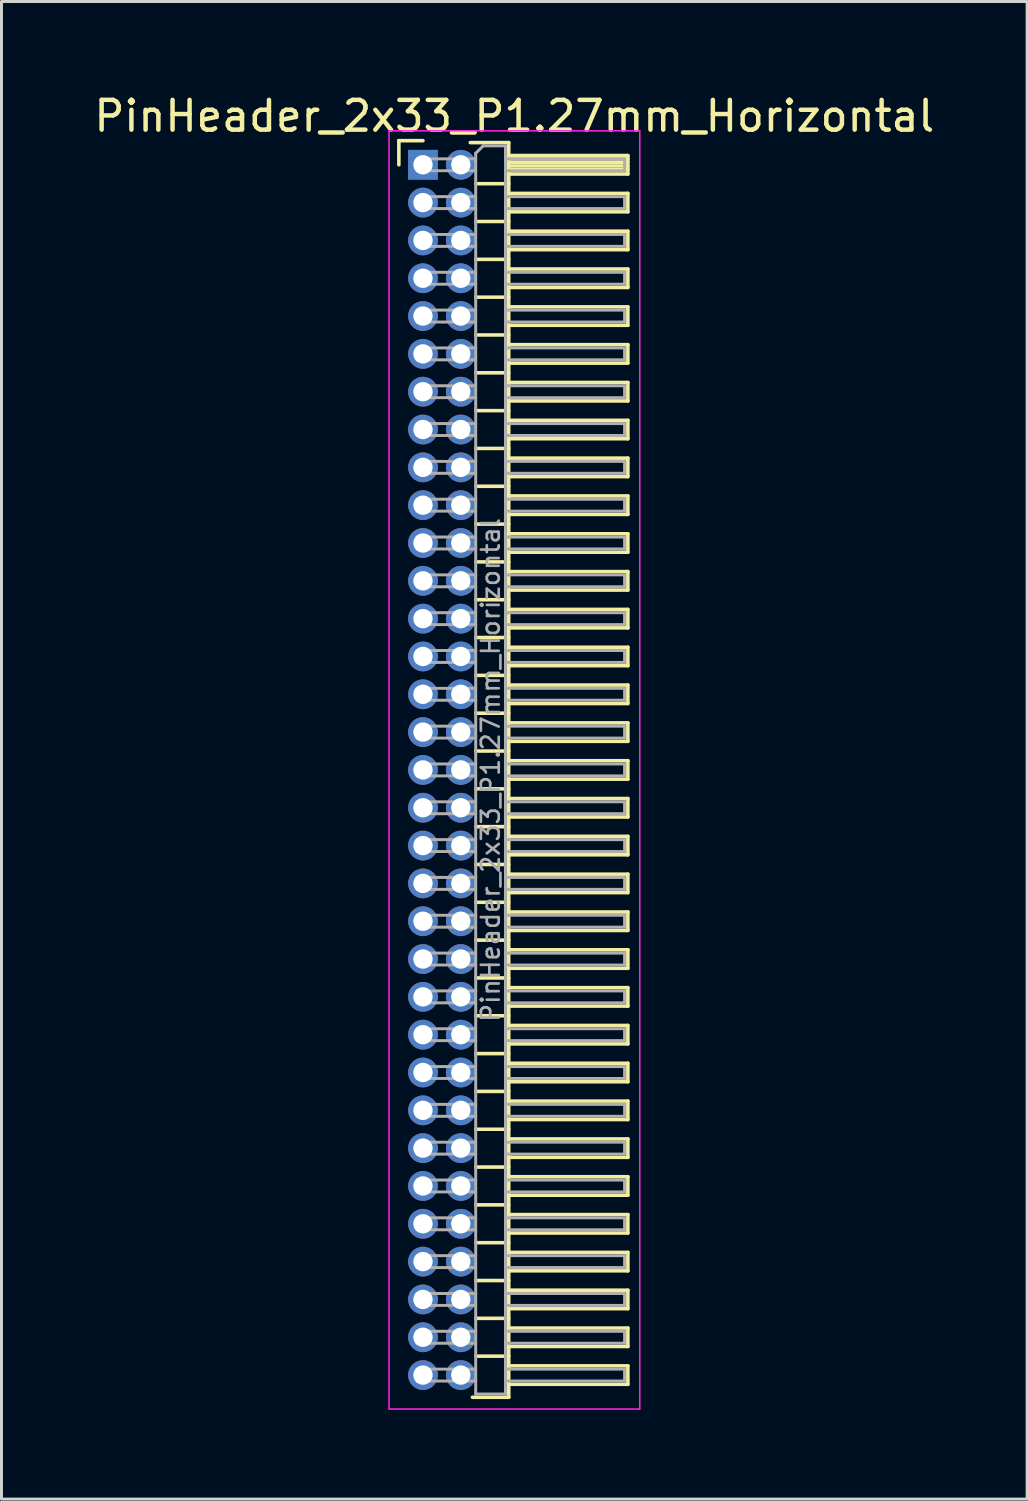
<source format=kicad_pcb>
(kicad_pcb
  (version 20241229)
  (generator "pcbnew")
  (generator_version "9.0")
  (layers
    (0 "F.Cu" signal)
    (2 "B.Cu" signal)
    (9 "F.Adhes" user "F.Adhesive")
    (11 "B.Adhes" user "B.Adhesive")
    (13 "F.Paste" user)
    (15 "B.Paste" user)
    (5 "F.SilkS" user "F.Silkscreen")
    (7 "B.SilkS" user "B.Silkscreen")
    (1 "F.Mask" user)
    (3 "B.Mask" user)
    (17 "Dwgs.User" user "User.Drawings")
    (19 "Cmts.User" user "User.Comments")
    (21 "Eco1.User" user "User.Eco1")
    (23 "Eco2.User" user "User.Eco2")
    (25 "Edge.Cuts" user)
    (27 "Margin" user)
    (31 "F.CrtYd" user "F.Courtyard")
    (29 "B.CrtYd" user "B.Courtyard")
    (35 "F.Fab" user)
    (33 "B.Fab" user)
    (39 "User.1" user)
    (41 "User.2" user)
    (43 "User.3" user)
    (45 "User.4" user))
  (footprint "PinHeader_2x33_P1.27mm_Horizontal"
    (layer "F.Cu")
    (at 11.153 2.483)
    (property "Reference" "PinHeader_2x33_P1.27mm_Horizontal" (at 3.067 -1.635 0) (layer "F.SilkS") (effects (font (size 1 1) (thickness 0.15))))
    (attr through_hole)
    (fp_line (start -0.81 -0.81) (end 0 -0.81) (stroke (width 0.12) (type solid)) (layer "F.SilkS"))
    (fp_line (start -0.81 0) (end -0.81 -0.81) (stroke (width 0.12) (type solid)) (layer "F.SilkS"))
    (fp_line (start 1.588 -0.745) (end 2.88 -0.745) (stroke (width 0.12) (type solid)) (layer "F.SilkS"))
    (fp_line (start 1.773 0.635) (end 2.88 0.635) (stroke (width 0.12) (type solid)) (layer "F.SilkS"))
    (fp_line (start 1.773 1.905) (end 2.88 1.905) (stroke (width 0.12) (type solid)) (layer "F.SilkS"))
    (fp_line (start 1.773 3.175) (end 2.88 3.175) (stroke (width 0.12) (type solid)) (layer "F.SilkS"))
    (fp_line (start 1.773 4.445) (end 2.88 4.445) (stroke (width 0.12) (type solid)) (layer "F.SilkS"))
    (fp_line (start 1.773 5.715) (end 2.88 5.715) (stroke (width 0.12) (type solid)) (layer "F.SilkS"))
    (fp_line (start 1.773 6.985) (end 2.88 6.985) (stroke (width 0.12) (type solid)) (layer "F.SilkS"))
    (fp_line (start 1.773 8.255) (end 2.88 8.255) (stroke (width 0.12) (type solid)) (layer "F.SilkS"))
    (fp_line (start 1.773 9.525) (end 2.88 9.525) (stroke (width 0.12) (type solid)) (layer "F.SilkS"))
    (fp_line (start 1.773 10.795) (end 2.88 10.795) (stroke (width 0.12) (type solid)) (layer "F.SilkS"))
    (fp_line (start 1.773 12.065) (end 2.88 12.065) (stroke (width 0.12) (type solid)) (layer "F.SilkS"))
    (fp_line (start 1.773 13.335) (end 2.88 13.335) (stroke (width 0.12) (type solid)) (layer "F.SilkS"))
    (fp_line (start 1.773 14.605) (end 2.88 14.605) (stroke (width 0.12) (type solid)) (layer "F.SilkS"))
    (fp_line (start 1.773 15.875) (end 2.88 15.875) (stroke (width 0.12) (type solid)) (layer "F.SilkS"))
    (fp_line (start 1.773 17.145) (end 2.88 17.145) (stroke (width 0.12) (type solid)) (layer "F.SilkS"))
    (fp_line (start 1.773 18.415) (end 2.88 18.415) (stroke (width 0.12) (type solid)) (layer "F.SilkS"))
    (fp_line (start 1.773 19.685) (end 2.88 19.685) (stroke (width 0.12) (type solid)) (layer "F.SilkS"))
    (fp_line (start 1.773 20.955) (end 2.88 20.955) (stroke (width 0.12) (type solid)) (layer "F.SilkS"))
    (fp_line (start 1.773 22.225) (end 2.88 22.225) (stroke (width 0.12) (type solid)) (layer "F.SilkS"))
    (fp_line (start 1.773 23.495) (end 2.88 23.495) (stroke (width 0.12) (type solid)) (layer "F.SilkS"))
    (fp_line (start 1.773 24.765) (end 2.88 24.765) (stroke (width 0.12) (type solid)) (layer "F.SilkS"))
    (fp_line (start 1.773 26.035) (end 2.88 26.035) (stroke (width 0.12) (type solid)) (layer "F.SilkS"))
    (fp_line (start 1.773 27.305) (end 2.88 27.305) (stroke (width 0.12) (type solid)) (layer "F.SilkS"))
    (fp_line (start 1.773 28.575) (end 2.88 28.575) (stroke (width 0.12) (type solid)) (layer "F.SilkS"))
    (fp_line (start 1.773 29.845) (end 2.88 29.845) (stroke (width 0.12) (type solid)) (layer "F.SilkS"))
    (fp_line (start 1.773 31.115) (end 2.88 31.115) (stroke (width 0.12) (type solid)) (layer "F.SilkS"))
    (fp_line (start 1.773 32.385) (end 2.88 32.385) (stroke (width 0.12) (type solid)) (layer "F.SilkS"))
    (fp_line (start 1.773 33.655) (end 2.88 33.655) (stroke (width 0.12) (type solid)) (layer "F.SilkS"))
    (fp_line (start 1.773 34.925) (end 2.88 34.925) (stroke (width 0.12) (type solid)) (layer "F.SilkS"))
    (fp_line (start 1.773 36.195) (end 2.88 36.195) (stroke (width 0.12) (type solid)) (layer "F.SilkS"))
    (fp_line (start 1.773 37.465) (end 2.88 37.465) (stroke (width 0.12) (type solid)) (layer "F.SilkS"))
    (fp_line (start 1.773 38.735) (end 2.88 38.735) (stroke (width 0.12) (type solid)) (layer "F.SilkS"))
    (fp_line (start 1.773 40.005) (end 2.88 40.005) (stroke (width 0.12) (type solid)) (layer "F.SilkS"))
    (fp_line (start 2.88 -0.745) (end 2.88 41.385) (stroke (width 0.12) (type solid)) (layer "F.SilkS"))
    (fp_line (start 2.88 -0.31) (end 6.88 -0.31) (stroke (width 0.12) (type solid)) (layer "F.SilkS"))
    (fp_line (start 2.88 -0.2) (end 6.88 -0.2) (stroke (width 0.12) (type solid)) (layer "F.SilkS"))
    (fp_line (start 2.88 -0.08) (end 6.88 -0.08) (stroke (width 0.12) (type solid)) (layer "F.SilkS"))
    (fp_line (start 2.88 0.04) (end 6.88 0.04) (stroke (width 0.12) (type solid)) (layer "F.SilkS"))
    (fp_line (start 2.88 0.16) (end 6.88 0.16) (stroke (width 0.12) (type solid)) (layer "F.SilkS"))
    (fp_line (start 2.88 0.96) (end 6.88 0.96) (stroke (width 0.12) (type solid)) (layer "F.SilkS"))
    (fp_line (start 2.88 2.23) (end 6.88 2.23) (stroke (width 0.12) (type solid)) (layer "F.SilkS"))
    (fp_line (start 2.88 3.5) (end 6.88 3.5) (stroke (width 0.12) (type solid)) (layer "F.SilkS"))
    (fp_line (start 2.88 4.77) (end 6.88 4.77) (stroke (width 0.12) (type solid)) (layer "F.SilkS"))
    (fp_line (start 2.88 6.04) (end 6.88 6.04) (stroke (width 0.12) (type solid)) (layer "F.SilkS"))
    (fp_line (start 2.88 7.31) (end 6.88 7.31) (stroke (width 0.12) (type solid)) (layer "F.SilkS"))
    (fp_line (start 2.88 8.58) (end 6.88 8.58) (stroke (width 0.12) (type solid)) (layer "F.SilkS"))
    (fp_line (start 2.88 9.85) (end 6.88 9.85) (stroke (width 0.12) (type solid)) (layer "F.SilkS"))
    (fp_line (start 2.88 11.12) (end 6.88 11.12) (stroke (width 0.12) (type solid)) (layer "F.SilkS"))
    (fp_line (start 2.88 12.39) (end 6.88 12.39) (stroke (width 0.12) (type solid)) (layer "F.SilkS"))
    (fp_line (start 2.88 13.66) (end 6.88 13.66) (stroke (width 0.12) (type solid)) (layer "F.SilkS"))
    (fp_line (start 2.88 14.93) (end 6.88 14.93) (stroke (width 0.12) (type solid)) (layer "F.SilkS"))
    (fp_line (start 2.88 16.2) (end 6.88 16.2) (stroke (width 0.12) (type solid)) (layer "F.SilkS"))
    (fp_line (start 2.88 17.47) (end 6.88 17.47) (stroke (width 0.12) (type solid)) (layer "F.SilkS"))
    (fp_line (start 2.88 18.74) (end 6.88 18.74) (stroke (width 0.12) (type solid)) (layer "F.SilkS"))
    (fp_line (start 2.88 20.01) (end 6.88 20.01) (stroke (width 0.12) (type solid)) (layer "F.SilkS"))
    (fp_line (start 2.88 21.28) (end 6.88 21.28) (stroke (width 0.12) (type solid)) (layer "F.SilkS"))
    (fp_line (start 2.88 22.55) (end 6.88 22.55) (stroke (width 0.12) (type solid)) (layer "F.SilkS"))
    (fp_line (start 2.88 23.82) (end 6.88 23.82) (stroke (width 0.12) (type solid)) (layer "F.SilkS"))
    (fp_line (start 2.88 25.09) (end 6.88 25.09) (stroke (width 0.12) (type solid)) (layer "F.SilkS"))
    (fp_line (start 2.88 26.36) (end 6.88 26.36) (stroke (width 0.12) (type solid)) (layer "F.SilkS"))
    (fp_line (start 2.88 27.63) (end 6.88 27.63) (stroke (width 0.12) (type solid)) (layer "F.SilkS"))
    (fp_line (start 2.88 28.9) (end 6.88 28.9) (stroke (width 0.12) (type solid)) (layer "F.SilkS"))
    (fp_line (start 2.88 30.17) (end 6.88 30.17) (stroke (width 0.12) (type solid)) (layer "F.SilkS"))
    (fp_line (start 2.88 31.44) (end 6.88 31.44) (stroke (width 0.12) (type solid)) (layer "F.SilkS"))
    (fp_line (start 2.88 32.71) (end 6.88 32.71) (stroke (width 0.12) (type solid)) (layer "F.SilkS"))
    (fp_line (start 2.88 33.98) (end 6.88 33.98) (stroke (width 0.12) (type solid)) (layer "F.SilkS"))
    (fp_line (start 2.88 35.25) (end 6.88 35.25) (stroke (width 0.12) (type solid)) (layer "F.SilkS"))
    (fp_line (start 2.88 36.52) (end 6.88 36.52) (stroke (width 0.12) (type solid)) (layer "F.SilkS"))
    (fp_line (start 2.88 37.79) (end 6.88 37.79) (stroke (width 0.12) (type solid)) (layer "F.SilkS"))
    (fp_line (start 2.88 39.06) (end 6.88 39.06) (stroke (width 0.12) (type solid)) (layer "F.SilkS"))
    (fp_line (start 2.88 40.33) (end 6.88 40.33) (stroke (width 0.12) (type solid)) (layer "F.SilkS"))
    (fp_line (start 2.88 41.385) (end 1.66 41.385) (stroke (width 0.12) (type solid)) (layer "F.SilkS"))
    (fp_line (start 6.88 -0.31) (end 6.88 0.31) (stroke (width 0.12) (type solid)) (layer "F.SilkS"))
    (fp_line (start 6.88 0.31) (end 2.88 0.31) (stroke (width 0.12) (type solid)) (layer "F.SilkS"))
    (fp_line (start 6.88 0.96) (end 6.88 1.58) (stroke (width 0.12) (type solid)) (layer "F.SilkS"))
    (fp_line (start 6.88 1.58) (end 2.88 1.58) (stroke (width 0.12) (type solid)) (layer "F.SilkS"))
    (fp_line (start 6.88 2.23) (end 6.88 2.85) (stroke (width 0.12) (type solid)) (layer "F.SilkS"))
    (fp_line (start 6.88 2.85) (end 2.88 2.85) (stroke (width 0.12) (type solid)) (layer "F.SilkS"))
    (fp_line (start 6.88 3.5) (end 6.88 4.12) (stroke (width 0.12) (type solid)) (layer "F.SilkS"))
    (fp_line (start 6.88 4.12) (end 2.88 4.12) (stroke (width 0.12) (type solid)) (layer "F.SilkS"))
    (fp_line (start 6.88 4.77) (end 6.88 5.39) (stroke (width 0.12) (type solid)) (layer "F.SilkS"))
    (fp_line (start 6.88 5.39) (end 2.88 5.39) (stroke (width 0.12) (type solid)) (layer "F.SilkS"))
    (fp_line (start 6.88 6.04) (end 6.88 6.66) (stroke (width 0.12) (type solid)) (layer "F.SilkS"))
    (fp_line (start 6.88 6.66) (end 2.88 6.66) (stroke (width 0.12) (type solid)) (layer "F.SilkS"))
    (fp_line (start 6.88 7.31) (end 6.88 7.93) (stroke (width 0.12) (type solid)) (layer "F.SilkS"))
    (fp_line (start 6.88 7.93) (end 2.88 7.93) (stroke (width 0.12) (type solid)) (layer "F.SilkS"))
    (fp_line (start 6.88 8.58) (end 6.88 9.2) (stroke (width 0.12) (type solid)) (layer "F.SilkS"))
    (fp_line (start 6.88 9.2) (end 2.88 9.2) (stroke (width 0.12) (type solid)) (layer "F.SilkS"))
    (fp_line (start 6.88 9.85) (end 6.88 10.47) (stroke (width 0.12) (type solid)) (layer "F.SilkS"))
    (fp_line (start 6.88 10.47) (end 2.88 10.47) (stroke (width 0.12) (type solid)) (layer "F.SilkS"))
    (fp_line (start 6.88 11.12) (end 6.88 11.74) (stroke (width 0.12) (type solid)) (layer "F.SilkS"))
    (fp_line (start 6.88 11.74) (end 2.88 11.74) (stroke (width 0.12) (type solid)) (layer "F.SilkS"))
    (fp_line (start 6.88 12.39) (end 6.88 13.01) (stroke (width 0.12) (type solid)) (layer "F.SilkS"))
    (fp_line (start 6.88 13.01) (end 2.88 13.01) (stroke (width 0.12) (type solid)) (layer "F.SilkS"))
    (fp_line (start 6.88 13.66) (end 6.88 14.28) (stroke (width 0.12) (type solid)) (layer "F.SilkS"))
    (fp_line (start 6.88 14.28) (end 2.88 14.28) (stroke (width 0.12) (type solid)) (layer "F.SilkS"))
    (fp_line (start 6.88 14.93) (end 6.88 15.55) (stroke (width 0.12) (type solid)) (layer "F.SilkS"))
    (fp_line (start 6.88 15.55) (end 2.88 15.55) (stroke (width 0.12) (type solid)) (layer "F.SilkS"))
    (fp_line (start 6.88 16.2) (end 6.88 16.82) (stroke (width 0.12) (type solid)) (layer "F.SilkS"))
    (fp_line (start 6.88 16.82) (end 2.88 16.82) (stroke (width 0.12) (type solid)) (layer "F.SilkS"))
    (fp_line (start 6.88 17.47) (end 6.88 18.09) (stroke (width 0.12) (type solid)) (layer "F.SilkS"))
    (fp_line (start 6.88 18.09) (end 2.88 18.09) (stroke (width 0.12) (type solid)) (layer "F.SilkS"))
    (fp_line (start 6.88 18.74) (end 6.88 19.36) (stroke (width 0.12) (type solid)) (layer "F.SilkS"))
    (fp_line (start 6.88 19.36) (end 2.88 19.36) (stroke (width 0.12) (type solid)) (layer "F.SilkS"))
    (fp_line (start 6.88 20.01) (end 6.88 20.63) (stroke (width 0.12) (type solid)) (layer "F.SilkS"))
    (fp_line (start 6.88 20.63) (end 2.88 20.63) (stroke (width 0.12) (type solid)) (layer "F.SilkS"))
    (fp_line (start 6.88 21.28) (end 6.88 21.9) (stroke (width 0.12) (type solid)) (layer "F.SilkS"))
    (fp_line (start 6.88 21.9) (end 2.88 21.9) (stroke (width 0.12) (type solid)) (layer "F.SilkS"))
    (fp_line (start 6.88 22.55) (end 6.88 23.17) (stroke (width 0.12) (type solid)) (layer "F.SilkS"))
    (fp_line (start 6.88 23.17) (end 2.88 23.17) (stroke (width 0.12) (type solid)) (layer "F.SilkS"))
    (fp_line (start 6.88 23.82) (end 6.88 24.44) (stroke (width 0.12) (type solid)) (layer "F.SilkS"))
    (fp_line (start 6.88 24.44) (end 2.88 24.44) (stroke (width 0.12) (type solid)) (layer "F.SilkS"))
    (fp_line (start 6.88 25.09) (end 6.88 25.71) (stroke (width 0.12) (type solid)) (layer "F.SilkS"))
    (fp_line (start 6.88 25.71) (end 2.88 25.71) (stroke (width 0.12) (type solid)) (layer "F.SilkS"))
    (fp_line (start 6.88 26.36) (end 6.88 26.98) (stroke (width 0.12) (type solid)) (layer "F.SilkS"))
    (fp_line (start 6.88 26.98) (end 2.88 26.98) (stroke (width 0.12) (type solid)) (layer "F.SilkS"))
    (fp_line (start 6.88 27.63) (end 6.88 28.25) (stroke (width 0.12) (type solid)) (layer "F.SilkS"))
    (fp_line (start 6.88 28.25) (end 2.88 28.25) (stroke (width 0.12) (type solid)) (layer "F.SilkS"))
    (fp_line (start 6.88 28.9) (end 6.88 29.52) (stroke (width 0.12) (type solid)) (layer "F.SilkS"))
    (fp_line (start 6.88 29.52) (end 2.88 29.52) (stroke (width 0.12) (type solid)) (layer "F.SilkS"))
    (fp_line (start 6.88 30.17) (end 6.88 30.79) (stroke (width 0.12) (type solid)) (layer "F.SilkS"))
    (fp_line (start 6.88 30.79) (end 2.88 30.79) (stroke (width 0.12) (type solid)) (layer "F.SilkS"))
    (fp_line (start 6.88 31.44) (end 6.88 32.06) (stroke (width 0.12) (type solid)) (layer "F.SilkS"))
    (fp_line (start 6.88 32.06) (end 2.88 32.06) (stroke (width 0.12) (type solid)) (layer "F.SilkS"))
    (fp_line (start 6.88 32.71) (end 6.88 33.33) (stroke (width 0.12) (type solid)) (layer "F.SilkS"))
    (fp_line (start 6.88 33.33) (end 2.88 33.33) (stroke (width 0.12) (type solid)) (layer "F.SilkS"))
    (fp_line (start 6.88 33.98) (end 6.88 34.6) (stroke (width 0.12) (type solid)) (layer "F.SilkS"))
    (fp_line (start 6.88 34.6) (end 2.88 34.6) (stroke (width 0.12) (type solid)) (layer "F.SilkS"))
    (fp_line (start 6.88 35.25) (end 6.88 35.87) (stroke (width 0.12) (type solid)) (layer "F.SilkS"))
    (fp_line (start 6.88 35.87) (end 2.88 35.87) (stroke (width 0.12) (type solid)) (layer "F.SilkS"))
    (fp_line (start 6.88 36.52) (end 6.88 37.14) (stroke (width 0.12) (type solid)) (layer "F.SilkS"))
    (fp_line (start 6.88 37.14) (end 2.88 37.14) (stroke (width 0.12) (type solid)) (layer "F.SilkS"))
    (fp_line (start 6.88 37.79) (end 6.88 38.41) (stroke (width 0.12) (type solid)) (layer "F.SilkS"))
    (fp_line (start 6.88 38.41) (end 2.88 38.41) (stroke (width 0.12) (type solid)) (layer "F.SilkS"))
    (fp_line (start 6.88 39.06) (end 6.88 39.68) (stroke (width 0.12) (type solid)) (layer "F.SilkS"))
    (fp_line (start 6.88 39.68) (end 2.88 39.68) (stroke (width 0.12) (type solid)) (layer "F.SilkS"))
    (fp_line (start 6.88 40.33) (end 6.88 40.95) (stroke (width 0.12) (type solid)) (layer "F.SilkS"))
    (fp_line (start 6.88 40.95) (end 2.88 40.95) (stroke (width 0.12) (type solid)) (layer "F.SilkS"))
    (fp_line (start -1.14 -1.14) (end -1.14 41.78) (stroke (width 0.05) (type solid)) (layer "F.CrtYd"))
    (fp_line (start -1.14 41.78) (end 7.28 41.78) (stroke (width 0.05) (type solid)) (layer "F.CrtYd"))
    (fp_line (start 7.28 -1.14) (end -1.14 -1.14) (stroke (width 0.05) (type solid)) (layer "F.CrtYd"))
    (fp_line (start 7.28 41.78) (end 7.28 -1.14) (stroke (width 0.05) (type solid)) (layer "F.CrtYd"))
    (fp_line (start -0.2 -0.2) (end -0.2 0.2) (stroke (width 0.1) (type solid)) (layer "F.Fab"))
    (fp_line (start -0.2 -0.2) (end 1.77 -0.2) (stroke (width 0.1) (type solid)) (layer "F.Fab"))
    (fp_line (start -0.2 0.2) (end 1.77 0.2) (stroke (width 0.1) (type solid)) (layer "F.Fab"))
    (fp_line (start -0.2 1.07) (end -0.2 1.47) (stroke (width 0.1) (type solid)) (layer "F.Fab"))
    (fp_line (start -0.2 1.07) (end 1.77 1.07) (stroke (width 0.1) (type solid)) (layer "F.Fab"))
    (fp_line (start -0.2 1.47) (end 1.77 1.47) (stroke (width 0.1) (type solid)) (layer "F.Fab"))
    (fp_line (start -0.2 2.34) (end -0.2 2.74) (stroke (width 0.1) (type solid)) (layer "F.Fab"))
    (fp_line (start -0.2 2.34) (end 1.77 2.34) (stroke (width 0.1) (type solid)) (layer "F.Fab"))
    (fp_line (start -0.2 2.74) (end 1.77 2.74) (stroke (width 0.1) (type solid)) (layer "F.Fab"))
    (fp_line (start -0.2 3.61) (end -0.2 4.01) (stroke (width 0.1) (type solid)) (layer "F.Fab"))
    (fp_line (start -0.2 3.61) (end 1.77 3.61) (stroke (width 0.1) (type solid)) (layer "F.Fab"))
    (fp_line (start -0.2 4.01) (end 1.77 4.01) (stroke (width 0.1) (type solid)) (layer "F.Fab"))
    (fp_line (start -0.2 4.88) (end -0.2 5.28) (stroke (width 0.1) (type solid)) (layer "F.Fab"))
    (fp_line (start -0.2 4.88) (end 1.77 4.88) (stroke (width 0.1) (type solid)) (layer "F.Fab"))
    (fp_line (start -0.2 5.28) (end 1.77 5.28) (stroke (width 0.1) (type solid)) (layer "F.Fab"))
    (fp_line (start -0.2 6.15) (end -0.2 6.55) (stroke (width 0.1) (type solid)) (layer "F.Fab"))
    (fp_line (start -0.2 6.15) (end 1.77 6.15) (stroke (width 0.1) (type solid)) (layer "F.Fab"))
    (fp_line (start -0.2 6.55) (end 1.77 6.55) (stroke (width 0.1) (type solid)) (layer "F.Fab"))
    (fp_line (start -0.2 7.42) (end -0.2 7.82) (stroke (width 0.1) (type solid)) (layer "F.Fab"))
    (fp_line (start -0.2 7.42) (end 1.77 7.42) (stroke (width 0.1) (type solid)) (layer "F.Fab"))
    (fp_line (start -0.2 7.82) (end 1.77 7.82) (stroke (width 0.1) (type solid)) (layer "F.Fab"))
    (fp_line (start -0.2 8.69) (end -0.2 9.09) (stroke (width 0.1) (type solid)) (layer "F.Fab"))
    (fp_line (start -0.2 8.69) (end 1.77 8.69) (stroke (width 0.1) (type solid)) (layer "F.Fab"))
    (fp_line (start -0.2 9.09) (end 1.77 9.09) (stroke (width 0.1) (type solid)) (layer "F.Fab"))
    (fp_line (start -0.2 9.96) (end -0.2 10.36) (stroke (width 0.1) (type solid)) (layer "F.Fab"))
    (fp_line (start -0.2 9.96) (end 1.77 9.96) (stroke (width 0.1) (type solid)) (layer "F.Fab"))
    (fp_line (start -0.2 10.36) (end 1.77 10.36) (stroke (width 0.1) (type solid)) (layer "F.Fab"))
    (fp_line (start -0.2 11.23) (end -0.2 11.63) (stroke (width 0.1) (type solid)) (layer "F.Fab"))
    (fp_line (start -0.2 11.23) (end 1.77 11.23) (stroke (width 0.1) (type solid)) (layer "F.Fab"))
    (fp_line (start -0.2 11.63) (end 1.77 11.63) (stroke (width 0.1) (type solid)) (layer "F.Fab"))
    (fp_line (start -0.2 12.5) (end -0.2 12.9) (stroke (width 0.1) (type solid)) (layer "F.Fab"))
    (fp_line (start -0.2 12.5) (end 1.77 12.5) (stroke (width 0.1) (type solid)) (layer "F.Fab"))
    (fp_line (start -0.2 12.9) (end 1.77 12.9) (stroke (width 0.1) (type solid)) (layer "F.Fab"))
    (fp_line (start -0.2 13.77) (end -0.2 14.17) (stroke (width 0.1) (type solid)) (layer "F.Fab"))
    (fp_line (start -0.2 13.77) (end 1.77 13.77) (stroke (width 0.1) (type solid)) (layer "F.Fab"))
    (fp_line (start -0.2 14.17) (end 1.77 14.17) (stroke (width 0.1) (type solid)) (layer "F.Fab"))
    (fp_line (start -0.2 15.04) (end -0.2 15.44) (stroke (width 0.1) (type solid)) (layer "F.Fab"))
    (fp_line (start -0.2 15.04) (end 1.77 15.04) (stroke (width 0.1) (type solid)) (layer "F.Fab"))
    (fp_line (start -0.2 15.44) (end 1.77 15.44) (stroke (width 0.1) (type solid)) (layer "F.Fab"))
    (fp_line (start -0.2 16.31) (end -0.2 16.71) (stroke (width 0.1) (type solid)) (layer "F.Fab"))
    (fp_line (start -0.2 16.31) (end 1.77 16.31) (stroke (width 0.1) (type solid)) (layer "F.Fab"))
    (fp_line (start -0.2 16.71) (end 1.77 16.71) (stroke (width 0.1) (type solid)) (layer "F.Fab"))
    (fp_line (start -0.2 17.58) (end -0.2 17.98) (stroke (width 0.1) (type solid)) (layer "F.Fab"))
    (fp_line (start -0.2 17.58) (end 1.77 17.58) (stroke (width 0.1) (type solid)) (layer "F.Fab"))
    (fp_line (start -0.2 17.98) (end 1.77 17.98) (stroke (width 0.1) (type solid)) (layer "F.Fab"))
    (fp_line (start -0.2 18.85) (end -0.2 19.25) (stroke (width 0.1) (type solid)) (layer "F.Fab"))
    (fp_line (start -0.2 18.85) (end 1.77 18.85) (stroke (width 0.1) (type solid)) (layer "F.Fab"))
    (fp_line (start -0.2 19.25) (end 1.77 19.25) (stroke (width 0.1) (type solid)) (layer "F.Fab"))
    (fp_line (start -0.2 20.12) (end -0.2 20.52) (stroke (width 0.1) (type solid)) (layer "F.Fab"))
    (fp_line (start -0.2 20.12) (end 1.77 20.12) (stroke (width 0.1) (type solid)) (layer "F.Fab"))
    (fp_line (start -0.2 20.52) (end 1.77 20.52) (stroke (width 0.1) (type solid)) (layer "F.Fab"))
    (fp_line (start -0.2 21.39) (end -0.2 21.79) (stroke (width 0.1) (type solid)) (layer "F.Fab"))
    (fp_line (start -0.2 21.39) (end 1.77 21.39) (stroke (width 0.1) (type solid)) (layer "F.Fab"))
    (fp_line (start -0.2 21.79) (end 1.77 21.79) (stroke (width 0.1) (type solid)) (layer "F.Fab"))
    (fp_line (start -0.2 22.66) (end -0.2 23.06) (stroke (width 0.1) (type solid)) (layer "F.Fab"))
    (fp_line (start -0.2 22.66) (end 1.77 22.66) (stroke (width 0.1) (type solid)) (layer "F.Fab"))
    (fp_line (start -0.2 23.06) (end 1.77 23.06) (stroke (width 0.1) (type solid)) (layer "F.Fab"))
    (fp_line (start -0.2 23.93) (end -0.2 24.33) (stroke (width 0.1) (type solid)) (layer "F.Fab"))
    (fp_line (start -0.2 23.93) (end 1.77 23.93) (stroke (width 0.1) (type solid)) (layer "F.Fab"))
    (fp_line (start -0.2 24.33) (end 1.77 24.33) (stroke (width 0.1) (type solid)) (layer "F.Fab"))
    (fp_line (start -0.2 25.2) (end -0.2 25.6) (stroke (width 0.1) (type solid)) (layer "F.Fab"))
    (fp_line (start -0.2 25.2) (end 1.77 25.2) (stroke (width 0.1) (type solid)) (layer "F.Fab"))
    (fp_line (start -0.2 25.6) (end 1.77 25.6) (stroke (width 0.1) (type solid)) (layer "F.Fab"))
    (fp_line (start -0.2 26.47) (end -0.2 26.87) (stroke (width 0.1) (type solid)) (layer "F.Fab"))
    (fp_line (start -0.2 26.47) (end 1.77 26.47) (stroke (width 0.1) (type solid)) (layer "F.Fab"))
    (fp_line (start -0.2 26.87) (end 1.77 26.87) (stroke (width 0.1) (type solid)) (layer "F.Fab"))
    (fp_line (start -0.2 27.74) (end -0.2 28.14) (stroke (width 0.1) (type solid)) (layer "F.Fab"))
    (fp_line (start -0.2 27.74) (end 1.77 27.74) (stroke (width 0.1) (type solid)) (layer "F.Fab"))
    (fp_line (start -0.2 28.14) (end 1.77 28.14) (stroke (width 0.1) (type solid)) (layer "F.Fab"))
    (fp_line (start -0.2 29.01) (end -0.2 29.41) (stroke (width 0.1) (type solid)) (layer "F.Fab"))
    (fp_line (start -0.2 29.01) (end 1.77 29.01) (stroke (width 0.1) (type solid)) (layer "F.Fab"))
    (fp_line (start -0.2 29.41) (end 1.77 29.41) (stroke (width 0.1) (type solid)) (layer "F.Fab"))
    (fp_line (start -0.2 30.28) (end -0.2 30.68) (stroke (width 0.1) (type solid)) (layer "F.Fab"))
    (fp_line (start -0.2 30.28) (end 1.77 30.28) (stroke (width 0.1) (type solid)) (layer "F.Fab"))
    (fp_line (start -0.2 30.68) (end 1.77 30.68) (stroke (width 0.1) (type solid)) (layer "F.Fab"))
    (fp_line (start -0.2 31.55) (end -0.2 31.95) (stroke (width 0.1) (type solid)) (layer "F.Fab"))
    (fp_line (start -0.2 31.55) (end 1.77 31.55) (stroke (width 0.1) (type solid)) (layer "F.Fab"))
    (fp_line (start -0.2 31.95) (end 1.77 31.95) (stroke (width 0.1) (type solid)) (layer "F.Fab"))
    (fp_line (start -0.2 32.82) (end -0.2 33.22) (stroke (width 0.1) (type solid)) (layer "F.Fab"))
    (fp_line (start -0.2 32.82) (end 1.77 32.82) (stroke (width 0.1) (type solid)) (layer "F.Fab"))
    (fp_line (start -0.2 33.22) (end 1.77 33.22) (stroke (width 0.1) (type solid)) (layer "F.Fab"))
    (fp_line (start -0.2 34.09) (end -0.2 34.49) (stroke (width 0.1) (type solid)) (layer "F.Fab"))
    (fp_line (start -0.2 34.09) (end 1.77 34.09) (stroke (width 0.1) (type solid)) (layer "F.Fab"))
    (fp_line (start -0.2 34.49) (end 1.77 34.49) (stroke (width 0.1) (type solid)) (layer "F.Fab"))
    (fp_line (start -0.2 35.36) (end -0.2 35.76) (stroke (width 0.1) (type solid)) (layer "F.Fab"))
    (fp_line (start -0.2 35.36) (end 1.77 35.36) (stroke (width 0.1) (type solid)) (layer "F.Fab"))
    (fp_line (start -0.2 35.76) (end 1.77 35.76) (stroke (width 0.1) (type solid)) (layer "F.Fab"))
    (fp_line (start -0.2 36.63) (end -0.2 37.03) (stroke (width 0.1) (type solid)) (layer "F.Fab"))
    (fp_line (start -0.2 36.63) (end 1.77 36.63) (stroke (width 0.1) (type solid)) (layer "F.Fab"))
    (fp_line (start -0.2 37.03) (end 1.77 37.03) (stroke (width 0.1) (type solid)) (layer "F.Fab"))
    (fp_line (start -0.2 37.9) (end -0.2 38.3) (stroke (width 0.1) (type solid)) (layer "F.Fab"))
    (fp_line (start -0.2 37.9) (end 1.77 37.9) (stroke (width 0.1) (type solid)) (layer "F.Fab"))
    (fp_line (start -0.2 38.3) (end 1.77 38.3) (stroke (width 0.1) (type solid)) (layer "F.Fab"))
    (fp_line (start -0.2 39.17) (end -0.2 39.57) (stroke (width 0.1) (type solid)) (layer "F.Fab"))
    (fp_line (start -0.2 39.17) (end 1.77 39.17) (stroke (width 0.1) (type solid)) (layer "F.Fab"))
    (fp_line (start -0.2 39.57) (end 1.77 39.57) (stroke (width 0.1) (type solid)) (layer "F.Fab"))
    (fp_line (start -0.2 40.44) (end -0.2 40.84) (stroke (width 0.1) (type solid)) (layer "F.Fab"))
    (fp_line (start -0.2 40.44) (end 1.77 40.44) (stroke (width 0.1) (type solid)) (layer "F.Fab"))
    (fp_line (start -0.2 40.84) (end 1.77 40.84) (stroke (width 0.1) (type solid)) (layer "F.Fab"))
    (fp_line (start 1.77 -0.385) (end 2.02 -0.635) (stroke (width 0.1) (type solid)) (layer "F.Fab"))
    (fp_line (start 1.77 41.275) (end 1.77 -0.385) (stroke (width 0.1) (type solid)) (layer "F.Fab"))
    (fp_line (start 2.02 -0.635) (end 2.77 -0.635) (stroke (width 0.1) (type solid)) (layer "F.Fab"))
    (fp_line (start 2.77 -0.635) (end 2.77 41.275) (stroke (width 0.1) (type solid)) (layer "F.Fab"))
    (fp_line (start 2.77 -0.2) (end 6.77 -0.2) (stroke (width 0.1) (type solid)) (layer "F.Fab"))
    (fp_line (start 2.77 0.2) (end 6.77 0.2) (stroke (width 0.1) (type solid)) (layer "F.Fab"))
    (fp_line (start 2.77 1.07) (end 6.77 1.07) (stroke (width 0.1) (type solid)) (layer "F.Fab"))
    (fp_line (start 2.77 1.47) (end 6.77 1.47) (stroke (width 0.1) (type solid)) (layer "F.Fab"))
    (fp_line (start 2.77 2.34) (end 6.77 2.34) (stroke (width 0.1) (type solid)) (layer "F.Fab"))
    (fp_line (start 2.77 2.74) (end 6.77 2.74) (stroke (width 0.1) (type solid)) (layer "F.Fab"))
    (fp_line (start 2.77 3.61) (end 6.77 3.61) (stroke (width 0.1) (type solid)) (layer "F.Fab"))
    (fp_line (start 2.77 4.01) (end 6.77 4.01) (stroke (width 0.1) (type solid)) (layer "F.Fab"))
    (fp_line (start 2.77 4.88) (end 6.77 4.88) (stroke (width 0.1) (type solid)) (layer "F.Fab"))
    (fp_line (start 2.77 5.28) (end 6.77 5.28) (stroke (width 0.1) (type solid)) (layer "F.Fab"))
    (fp_line (start 2.77 6.15) (end 6.77 6.15) (stroke (width 0.1) (type solid)) (layer "F.Fab"))
    (fp_line (start 2.77 6.55) (end 6.77 6.55) (stroke (width 0.1) (type solid)) (layer "F.Fab"))
    (fp_line (start 2.77 7.42) (end 6.77 7.42) (stroke (width 0.1) (type solid)) (layer "F.Fab"))
    (fp_line (start 2.77 7.82) (end 6.77 7.82) (stroke (width 0.1) (type solid)) (layer "F.Fab"))
    (fp_line (start 2.77 8.69) (end 6.77 8.69) (stroke (width 0.1) (type solid)) (layer "F.Fab"))
    (fp_line (start 2.77 9.09) (end 6.77 9.09) (stroke (width 0.1) (type solid)) (layer "F.Fab"))
    (fp_line (start 2.77 9.96) (end 6.77 9.96) (stroke (width 0.1) (type solid)) (layer "F.Fab"))
    (fp_line (start 2.77 10.36) (end 6.77 10.36) (stroke (width 0.1) (type solid)) (layer "F.Fab"))
    (fp_line (start 2.77 11.23) (end 6.77 11.23) (stroke (width 0.1) (type solid)) (layer "F.Fab"))
    (fp_line (start 2.77 11.63) (end 6.77 11.63) (stroke (width 0.1) (type solid)) (layer "F.Fab"))
    (fp_line (start 2.77 12.5) (end 6.77 12.5) (stroke (width 0.1) (type solid)) (layer "F.Fab"))
    (fp_line (start 2.77 12.9) (end 6.77 12.9) (stroke (width 0.1) (type solid)) (layer "F.Fab"))
    (fp_line (start 2.77 13.77) (end 6.77 13.77) (stroke (width 0.1) (type solid)) (layer "F.Fab"))
    (fp_line (start 2.77 14.17) (end 6.77 14.17) (stroke (width 0.1) (type solid)) (layer "F.Fab"))
    (fp_line (start 2.77 15.04) (end 6.77 15.04) (stroke (width 0.1) (type solid)) (layer "F.Fab"))
    (fp_line (start 2.77 15.44) (end 6.77 15.44) (stroke (width 0.1) (type solid)) (layer "F.Fab"))
    (fp_line (start 2.77 16.31) (end 6.77 16.31) (stroke (width 0.1) (type solid)) (layer "F.Fab"))
    (fp_line (start 2.77 16.71) (end 6.77 16.71) (stroke (width 0.1) (type solid)) (layer "F.Fab"))
    (fp_line (start 2.77 17.58) (end 6.77 17.58) (stroke (width 0.1) (type solid)) (layer "F.Fab"))
    (fp_line (start 2.77 17.98) (end 6.77 17.98) (stroke (width 0.1) (type solid)) (layer "F.Fab"))
    (fp_line (start 2.77 18.85) (end 6.77 18.85) (stroke (width 0.1) (type solid)) (layer "F.Fab"))
    (fp_line (start 2.77 19.25) (end 6.77 19.25) (stroke (width 0.1) (type solid)) (layer "F.Fab"))
    (fp_line (start 2.77 20.12) (end 6.77 20.12) (stroke (width 0.1) (type solid)) (layer "F.Fab"))
    (fp_line (start 2.77 20.52) (end 6.77 20.52) (stroke (width 0.1) (type solid)) (layer "F.Fab"))
    (fp_line (start 2.77 21.39) (end 6.77 21.39) (stroke (width 0.1) (type solid)) (layer "F.Fab"))
    (fp_line (start 2.77 21.79) (end 6.77 21.79) (stroke (width 0.1) (type solid)) (layer "F.Fab"))
    (fp_line (start 2.77 22.66) (end 6.77 22.66) (stroke (width 0.1) (type solid)) (layer "F.Fab"))
    (fp_line (start 2.77 23.06) (end 6.77 23.06) (stroke (width 0.1) (type solid)) (layer "F.Fab"))
    (fp_line (start 2.77 23.93) (end 6.77 23.93) (stroke (width 0.1) (type solid)) (layer "F.Fab"))
    (fp_line (start 2.77 24.33) (end 6.77 24.33) (stroke (width 0.1) (type solid)) (layer "F.Fab"))
    (fp_line (start 2.77 25.2) (end 6.77 25.2) (stroke (width 0.1) (type solid)) (layer "F.Fab"))
    (fp_line (start 2.77 25.6) (end 6.77 25.6) (stroke (width 0.1) (type solid)) (layer "F.Fab"))
    (fp_line (start 2.77 26.47) (end 6.77 26.47) (stroke (width 0.1) (type solid)) (layer "F.Fab"))
    (fp_line (start 2.77 26.87) (end 6.77 26.87) (stroke (width 0.1) (type solid)) (layer "F.Fab"))
    (fp_line (start 2.77 27.74) (end 6.77 27.74) (stroke (width 0.1) (type solid)) (layer "F.Fab"))
    (fp_line (start 2.77 28.14) (end 6.77 28.14) (stroke (width 0.1) (type solid)) (layer "F.Fab"))
    (fp_line (start 2.77 29.01) (end 6.77 29.01) (stroke (width 0.1) (type solid)) (layer "F.Fab"))
    (fp_line (start 2.77 29.41) (end 6.77 29.41) (stroke (width 0.1) (type solid)) (layer "F.Fab"))
    (fp_line (start 2.77 30.28) (end 6.77 30.28) (stroke (width 0.1) (type solid)) (layer "F.Fab"))
    (fp_line (start 2.77 30.68) (end 6.77 30.68) (stroke (width 0.1) (type solid)) (layer "F.Fab"))
    (fp_line (start 2.77 31.55) (end 6.77 31.55) (stroke (width 0.1) (type solid)) (layer "F.Fab"))
    (fp_line (start 2.77 31.95) (end 6.77 31.95) (stroke (width 0.1) (type solid)) (layer "F.Fab"))
    (fp_line (start 2.77 32.82) (end 6.77 32.82) (stroke (width 0.1) (type solid)) (layer "F.Fab"))
    (fp_line (start 2.77 33.22) (end 6.77 33.22) (stroke (width 0.1) (type solid)) (layer "F.Fab"))
    (fp_line (start 2.77 34.09) (end 6.77 34.09) (stroke (width 0.1) (type solid)) (layer "F.Fab"))
    (fp_line (start 2.77 34.49) (end 6.77 34.49) (stroke (width 0.1) (type solid)) (layer "F.Fab"))
    (fp_line (start 2.77 35.36) (end 6.77 35.36) (stroke (width 0.1) (type solid)) (layer "F.Fab"))
    (fp_line (start 2.77 35.76) (end 6.77 35.76) (stroke (width 0.1) (type solid)) (layer "F.Fab"))
    (fp_line (start 2.77 36.63) (end 6.77 36.63) (stroke (width 0.1) (type solid)) (layer "F.Fab"))
    (fp_line (start 2.77 37.03) (end 6.77 37.03) (stroke (width 0.1) (type solid)) (layer "F.Fab"))
    (fp_line (start 2.77 37.9) (end 6.77 37.9) (stroke (width 0.1) (type solid)) (layer "F.Fab"))
    (fp_line (start 2.77 38.3) (end 6.77 38.3) (stroke (width 0.1) (type solid)) (layer "F.Fab"))
    (fp_line (start 2.77 39.17) (end 6.77 39.17) (stroke (width 0.1) (type solid)) (layer "F.Fab"))
    (fp_line (start 2.77 39.57) (end 6.77 39.57) (stroke (width 0.1) (type solid)) (layer "F.Fab"))
    (fp_line (start 2.77 40.44) (end 6.77 40.44) (stroke (width 0.1) (type solid)) (layer "F.Fab"))
    (fp_line (start 2.77 40.84) (end 6.77 40.84) (stroke (width 0.1) (type solid)) (layer "F.Fab"))
    (fp_line (start 2.77 41.275) (end 1.77 41.275) (stroke (width 0.1) (type solid)) (layer "F.Fab"))
    (fp_line (start 6.77 -0.2) (end 6.77 0.2) (stroke (width 0.1) (type solid)) (layer "F.Fab"))
    (fp_line (start 6.77 1.07) (end 6.77 1.47) (stroke (width 0.1) (type solid)) (layer "F.Fab"))
    (fp_line (start 6.77 2.34) (end 6.77 2.74) (stroke (width 0.1) (type solid)) (layer "F.Fab"))
    (fp_line (start 6.77 3.61) (end 6.77 4.01) (stroke (width 0.1) (type solid)) (layer "F.Fab"))
    (fp_line (start 6.77 4.88) (end 6.77 5.28) (stroke (width 0.1) (type solid)) (layer "F.Fab"))
    (fp_line (start 6.77 6.15) (end 6.77 6.55) (stroke (width 0.1) (type solid)) (layer "F.Fab"))
    (fp_line (start 6.77 7.42) (end 6.77 7.82) (stroke (width 0.1) (type solid)) (layer "F.Fab"))
    (fp_line (start 6.77 8.69) (end 6.77 9.09) (stroke (width 0.1) (type solid)) (layer "F.Fab"))
    (fp_line (start 6.77 9.96) (end 6.77 10.36) (stroke (width 0.1) (type solid)) (layer "F.Fab"))
    (fp_line (start 6.77 11.23) (end 6.77 11.63) (stroke (width 0.1) (type solid)) (layer "F.Fab"))
    (fp_line (start 6.77 12.5) (end 6.77 12.9) (stroke (width 0.1) (type solid)) (layer "F.Fab"))
    (fp_line (start 6.77 13.77) (end 6.77 14.17) (stroke (width 0.1) (type solid)) (layer "F.Fab"))
    (fp_line (start 6.77 15.04) (end 6.77 15.44) (stroke (width 0.1) (type solid)) (layer "F.Fab"))
    (fp_line (start 6.77 16.31) (end 6.77 16.71) (stroke (width 0.1) (type solid)) (layer "F.Fab"))
    (fp_line (start 6.77 17.58) (end 6.77 17.98) (stroke (width 0.1) (type solid)) (layer "F.Fab"))
    (fp_line (start 6.77 18.85) (end 6.77 19.25) (stroke (width 0.1) (type solid)) (layer "F.Fab"))
    (fp_line (start 6.77 20.12) (end 6.77 20.52) (stroke (width 0.1) (type solid)) (layer "F.Fab"))
    (fp_line (start 6.77 21.39) (end 6.77 21.79) (stroke (width 0.1) (type solid)) (layer "F.Fab"))
    (fp_line (start 6.77 22.66) (end 6.77 23.06) (stroke (width 0.1) (type solid)) (layer "F.Fab"))
    (fp_line (start 6.77 23.93) (end 6.77 24.33) (stroke (width 0.1) (type solid)) (layer "F.Fab"))
    (fp_line (start 6.77 25.2) (end 6.77 25.6) (stroke (width 0.1) (type solid)) (layer "F.Fab"))
    (fp_line (start 6.77 26.47) (end 6.77 26.87) (stroke (width 0.1) (type solid)) (layer "F.Fab"))
    (fp_line (start 6.77 27.74) (end 6.77 28.14) (stroke (width 0.1) (type solid)) (layer "F.Fab"))
    (fp_line (start 6.77 29.01) (end 6.77 29.41) (stroke (width 0.1) (type solid)) (layer "F.Fab"))
    (fp_line (start 6.77 30.28) (end 6.77 30.68) (stroke (width 0.1) (type solid)) (layer "F.Fab"))
    (fp_line (start 6.77 31.55) (end 6.77 31.95) (stroke (width 0.1) (type solid)) (layer "F.Fab"))
    (fp_line (start 6.77 32.82) (end 6.77 33.22) (stroke (width 0.1) (type solid)) (layer "F.Fab"))
    (fp_line (start 6.77 34.09) (end 6.77 34.49) (stroke (width 0.1) (type solid)) (layer "F.Fab"))
    (fp_line (start 6.77 35.36) (end 6.77 35.76) (stroke (width 0.1) (type solid)) (layer "F.Fab"))
    (fp_line (start 6.77 36.63) (end 6.77 37.03) (stroke (width 0.1) (type solid)) (layer "F.Fab"))
    (fp_line (start 6.77 37.9) (end 6.77 38.3) (stroke (width 0.1) (type solid)) (layer "F.Fab"))
    (fp_line (start 6.77 39.17) (end 6.77 39.57) (stroke (width 0.1) (type solid)) (layer "F.Fab"))
    (fp_line (start 6.77 40.44) (end 6.77 40.84) (stroke (width 0.1) (type solid)) (layer "F.Fab"))
    (fp_text user "${REFERENCE}" (at 2.27 20.32 90) (layer "F.Fab") (effects (font (size 0.6 0.6) (thickness 0.09))))
    (pad "1" thru_hole rect (at 0 0) (size 1 1) (drill 0.65) (layers "*.Cu" "*.Mask"))
    (pad "2" thru_hole circle (at 1.27 0) (size 1 1) (drill 0.65) (layers "*.Cu" "*.Mask"))
    (pad "3" thru_hole circle (at 0 1.27) (size 1 1) (drill 0.65) (layers "*.Cu" "*.Mask"))
    (pad "4" thru_hole circle (at 1.27 1.27) (size 1 1) (drill 0.65) (layers "*.Cu" "*.Mask"))
    (pad "5" thru_hole circle (at 0 2.54) (size 1 1) (drill 0.65) (layers "*.Cu" "*.Mask"))
    (pad "6" thru_hole circle (at 1.27 2.54) (size 1 1) (drill 0.65) (layers "*.Cu" "*.Mask"))
    (pad "7" thru_hole circle (at 0 3.81) (size 1 1) (drill 0.65) (layers "*.Cu" "*.Mask"))
    (pad "8" thru_hole circle (at 1.27 3.81) (size 1 1) (drill 0.65) (layers "*.Cu" "*.Mask"))
    (pad "9" thru_hole circle (at 0 5.08) (size 1 1) (drill 0.65) (layers "*.Cu" "*.Mask"))
    (pad "10" thru_hole circle (at 1.27 5.08) (size 1 1) (drill 0.65) (layers "*.Cu" "*.Mask"))
    (pad "11" thru_hole circle (at 0 6.35) (size 1 1) (drill 0.65) (layers "*.Cu" "*.Mask"))
    (pad "12" thru_hole circle (at 1.27 6.35) (size 1 1) (drill 0.65) (layers "*.Cu" "*.Mask"))
    (pad "13" thru_hole circle (at 0 7.62) (size 1 1) (drill 0.65) (layers "*.Cu" "*.Mask"))
    (pad "14" thru_hole circle (at 1.27 7.62) (size 1 1) (drill 0.65) (layers "*.Cu" "*.Mask"))
    (pad "15" thru_hole circle (at 0 8.89) (size 1 1) (drill 0.65) (layers "*.Cu" "*.Mask"))
    (pad "16" thru_hole circle (at 1.27 8.89) (size 1 1) (drill 0.65) (layers "*.Cu" "*.Mask"))
    (pad "17" thru_hole circle (at 0 10.16) (size 1 1) (drill 0.65) (layers "*.Cu" "*.Mask"))
    (pad "18" thru_hole circle (at 1.27 10.16) (size 1 1) (drill 0.65) (layers "*.Cu" "*.Mask"))
    (pad "19" thru_hole circle (at 0 11.43) (size 1 1) (drill 0.65) (layers "*.Cu" "*.Mask"))
    (pad "20" thru_hole circle (at 1.27 11.43) (size 1 1) (drill 0.65) (layers "*.Cu" "*.Mask"))
    (pad "21" thru_hole circle (at 0 12.7) (size 1 1) (drill 0.65) (layers "*.Cu" "*.Mask"))
    (pad "22" thru_hole circle (at 1.27 12.7) (size 1 1) (drill 0.65) (layers "*.Cu" "*.Mask"))
    (pad "23" thru_hole circle (at 0 13.97) (size 1 1) (drill 0.65) (layers "*.Cu" "*.Mask"))
    (pad "24" thru_hole circle (at 1.27 13.97) (size 1 1) (drill 0.65) (layers "*.Cu" "*.Mask"))
    (pad "25" thru_hole circle (at 0 15.24) (size 1 1) (drill 0.65) (layers "*.Cu" "*.Mask"))
    (pad "26" thru_hole circle (at 1.27 15.24) (size 1 1) (drill 0.65) (layers "*.Cu" "*.Mask"))
    (pad "27" thru_hole circle (at 0 16.51) (size 1 1) (drill 0.65) (layers "*.Cu" "*.Mask"))
    (pad "28" thru_hole circle (at 1.27 16.51) (size 1 1) (drill 0.65) (layers "*.Cu" "*.Mask"))
    (pad "29" thru_hole circle (at 0 17.78) (size 1 1) (drill 0.65) (layers "*.Cu" "*.Mask"))
    (pad "30" thru_hole circle (at 1.27 17.78) (size 1 1) (drill 0.65) (layers "*.Cu" "*.Mask"))
    (pad "31" thru_hole circle (at 0 19.05) (size 1 1) (drill 0.65) (layers "*.Cu" "*.Mask"))
    (pad "32" thru_hole circle (at 1.27 19.05) (size 1 1) (drill 0.65) (layers "*.Cu" "*.Mask"))
    (pad "33" thru_hole circle (at 0 20.32) (size 1 1) (drill 0.65) (layers "*.Cu" "*.Mask"))
    (pad "34" thru_hole circle (at 1.27 20.32) (size 1 1) (drill 0.65) (layers "*.Cu" "*.Mask"))
    (pad "35" thru_hole circle (at 0 21.59) (size 1 1) (drill 0.65) (layers "*.Cu" "*.Mask"))
    (pad "36" thru_hole circle (at 1.27 21.59) (size 1 1) (drill 0.65) (layers "*.Cu" "*.Mask"))
    (pad "37" thru_hole circle (at 0 22.86) (size 1 1) (drill 0.65) (layers "*.Cu" "*.Mask"))
    (pad "38" thru_hole circle (at 1.27 22.86) (size 1 1) (drill 0.65) (layers "*.Cu" "*.Mask"))
    (pad "39" thru_hole circle (at 0 24.13) (size 1 1) (drill 0.65) (layers "*.Cu" "*.Mask"))
    (pad "40" thru_hole circle (at 1.27 24.13) (size 1 1) (drill 0.65) (layers "*.Cu" "*.Mask"))
    (pad "41" thru_hole circle (at 0 25.4) (size 1 1) (drill 0.65) (layers "*.Cu" "*.Mask"))
    (pad "42" thru_hole circle (at 1.27 25.4) (size 1 1) (drill 0.65) (layers "*.Cu" "*.Mask"))
    (pad "43" thru_hole circle (at 0 26.67) (size 1 1) (drill 0.65) (layers "*.Cu" "*.Mask"))
    (pad "44" thru_hole circle (at 1.27 26.67) (size 1 1) (drill 0.65) (layers "*.Cu" "*.Mask"))
    (pad "45" thru_hole circle (at 0 27.94) (size 1 1) (drill 0.65) (layers "*.Cu" "*.Mask"))
    (pad "46" thru_hole circle (at 1.27 27.94) (size 1 1) (drill 0.65) (layers "*.Cu" "*.Mask"))
    (pad "47" thru_hole circle (at 0 29.21) (size 1 1) (drill 0.65) (layers "*.Cu" "*.Mask"))
    (pad "48" thru_hole circle (at 1.27 29.21) (size 1 1) (drill 0.65) (layers "*.Cu" "*.Mask"))
    (pad "49" thru_hole circle (at 0 30.48) (size 1 1) (drill 0.65) (layers "*.Cu" "*.Mask"))
    (pad "50" thru_hole circle (at 1.27 30.48) (size 1 1) (drill 0.65) (layers "*.Cu" "*.Mask"))
    (pad "51" thru_hole circle (at 0 31.75) (size 1 1) (drill 0.65) (layers "*.Cu" "*.Mask"))
    (pad "52" thru_hole circle (at 1.27 31.75) (size 1 1) (drill 0.65) (layers "*.Cu" "*.Mask"))
    (pad "53" thru_hole circle (at 0 33.02) (size 1 1) (drill 0.65) (layers "*.Cu" "*.Mask"))
    (pad "54" thru_hole circle (at 1.27 33.02) (size 1 1) (drill 0.65) (layers "*.Cu" "*.Mask"))
    (pad "55" thru_hole circle (at 0 34.29) (size 1 1) (drill 0.65) (layers "*.Cu" "*.Mask"))
    (pad "56" thru_hole circle (at 1.27 34.29) (size 1 1) (drill 0.65) (layers "*.Cu" "*.Mask"))
    (pad "57" thru_hole circle (at 0 35.56) (size 1 1) (drill 0.65) (layers "*.Cu" "*.Mask"))
    (pad "58" thru_hole circle (at 1.27 35.56) (size 1 1) (drill 0.65) (layers "*.Cu" "*.Mask"))
    (pad "59" thru_hole circle (at 0 36.83) (size 1 1) (drill 0.65) (layers "*.Cu" "*.Mask"))
    (pad "60" thru_hole circle (at 1.27 36.83) (size 1 1) (drill 0.65) (layers "*.Cu" "*.Mask"))
    (pad "61" thru_hole circle (at 0 38.1) (size 1 1) (drill 0.65) (layers "*.Cu" "*.Mask"))
    (pad "62" thru_hole circle (at 1.27 38.1) (size 1 1) (drill 0.65) (layers "*.Cu" "*.Mask"))
    (pad "63" thru_hole circle (at 0 39.37) (size 1 1) (drill 0.65) (layers "*.Cu" "*.Mask"))
    (pad "64" thru_hole circle (at 1.27 39.37) (size 1 1) (drill 0.65) (layers "*.Cu" "*.Mask"))
    (pad "65" thru_hole circle (at 0 40.64) (size 1 1) (drill 0.65) (layers "*.Cu" "*.Mask"))
    (pad "66" thru_hole circle (at 1.27 40.64) (size 1 1) (drill 0.65) (layers "*.Cu" "*.Mask")))
  (gr_rect
    (start -3 -3)
    (end 31.44 47.288)
    (stroke (width 0.1) (type default))
    (fill no)
    (layer "Edge.Cuts")))
</source>
